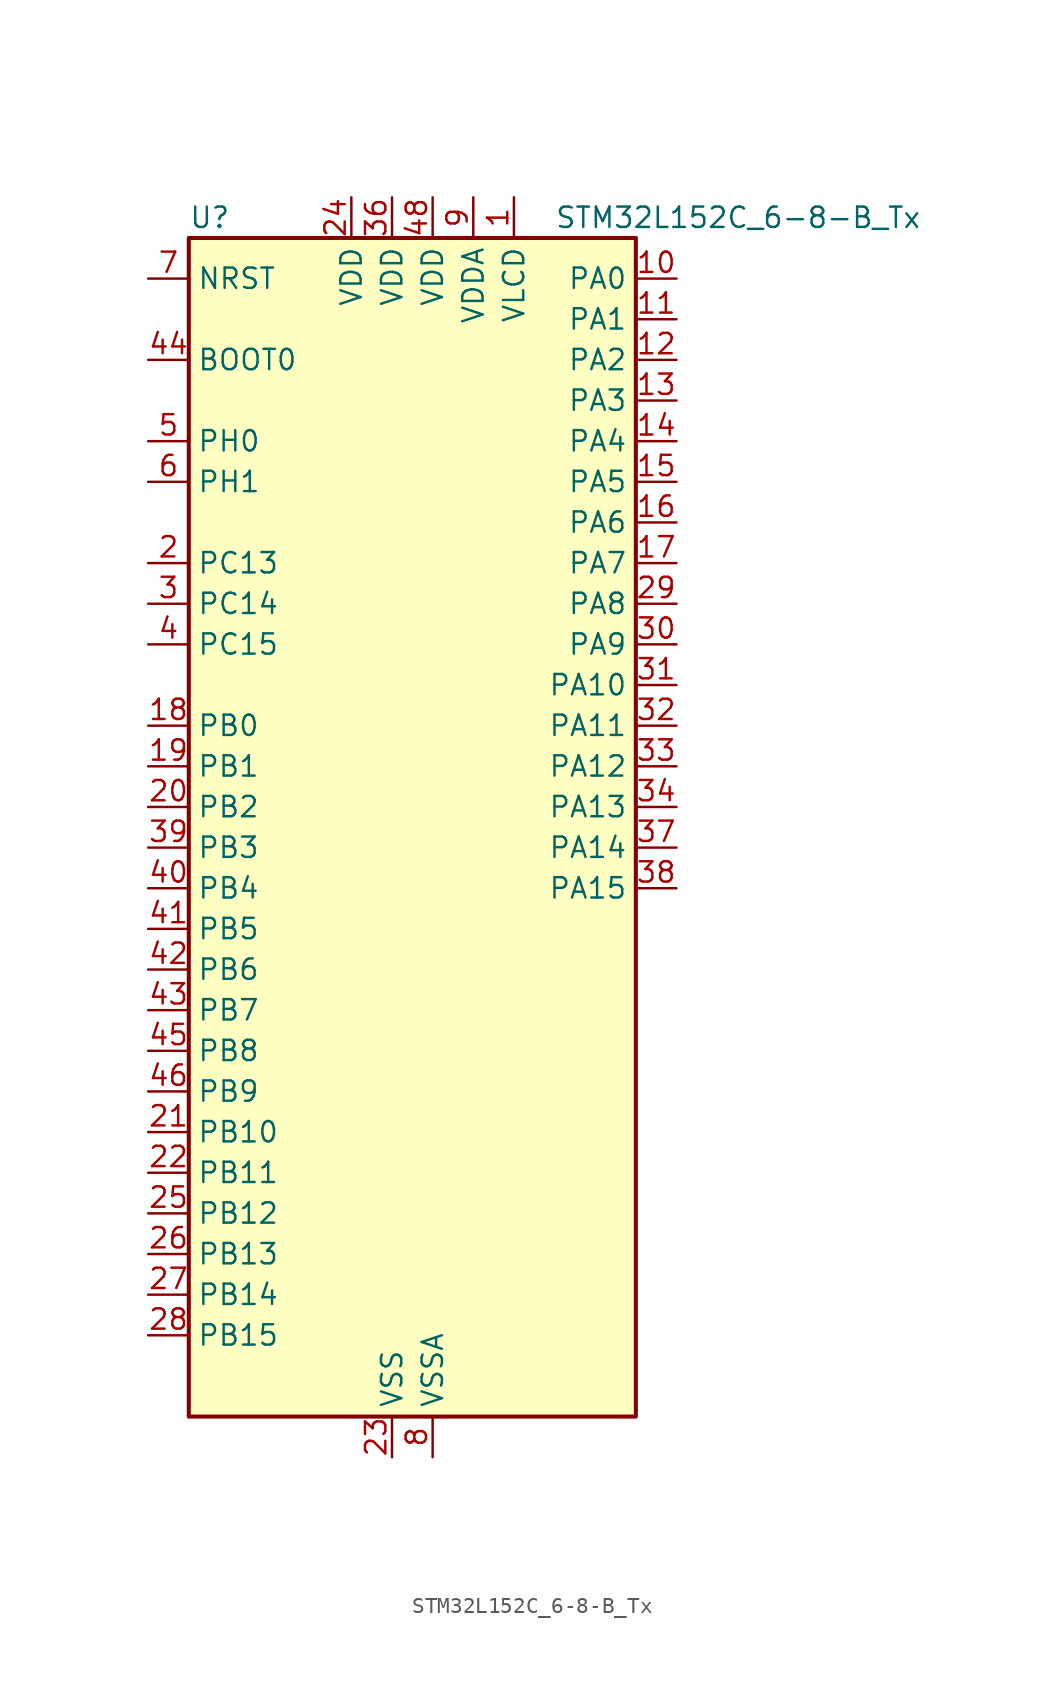
<source format=kicad_sym>
(kicad_symbol_lib
  (version 20220914)
  (generator kicad_symbol_editor)
  (symbol "STM32L152C_6-8-B_Tx"
    (property "Reference" "U"
      (at -12.7 39.37 0)
      (effects (font (size 1.27 1.27)) (justify left)))
    (property "Value" "STM32L152C_6-8-B_Tx"
      (at 10.16 39.37 0)
      (effects (font (size 1.27 1.27)) (justify left)))
    (property "ki_locked" ""
      (at 0 0 0)
      (effects (font (size 1.27 1.27))))
    (symbol "STM32L152C_6-8-B_Tx_0_1"
      (rectangle (start -12.7 -35.56) (end 15.24 38.1) (stroke (width 0.254) (type default)) (fill (type background))))
    (symbol "STM32L152C_6-8-B_Tx_1_1"
      (pin power_in line (at 7.62 40.64 270) (length 2.54) (name "VLCD" (effects (font (size 1.27 1.27)))) (number "1" (effects (font (size 1.27 1.27)))))
      (pin bidirectional line (at 17.78 35.56 180) (length 2.54) (name "PA0" (effects (font (size 1.27 1.27)))) (number "10" (effects (font (size 1.27 1.27)))) (alternate "ADC_IN0" bidirectional line) (alternate "COMP1_INP" bidirectional line) (alternate "SYS_WKUP1" bidirectional line) (alternate "TIM2_CH1" bidirectional line) (alternate "TIM2_ETR" bidirectional line) (alternate "TIMX_IC1" bidirectional line) (alternate "TS_G1_IO1" bidirectional line) (alternate "USART2_CTS" bidirectional line))
      (pin bidirectional line (at 17.78 33.02 180) (length 2.54) (name "PA1" (effects (font (size 1.27 1.27)))) (number "11" (effects (font (size 1.27 1.27)))) (alternate "ADC_IN1" bidirectional line) (alternate "COMP1_INP" bidirectional line) (alternate "LCD_SEG0" bidirectional line) (alternate "TIM2_CH2" bidirectional line) (alternate "TIMX_IC2" bidirectional line) (alternate "TS_G1_IO2" bidirectional line) (alternate "USART2_RTS" bidirectional line))
      (pin bidirectional line (at 17.78 30.48 180) (length 2.54) (name "PA2" (effects (font (size 1.27 1.27)))) (number "12" (effects (font (size 1.27 1.27)))) (alternate "ADC_IN2" bidirectional line) (alternate "COMP1_INP" bidirectional line) (alternate "LCD_SEG1" bidirectional line) (alternate "TIM2_CH3" bidirectional line) (alternate "TIM9_CH1" bidirectional line) (alternate "TIMX_IC3" bidirectional line) (alternate "TS_G1_IO3" bidirectional line) (alternate "USART2_TX" bidirectional line))
      (pin bidirectional line (at 17.78 27.94 180) (length 2.54) (name "PA3" (effects (font (size 1.27 1.27)))) (number "13" (effects (font (size 1.27 1.27)))) (alternate "ADC_IN3" bidirectional line) (alternate "COMP1_INP" bidirectional line) (alternate "LCD_SEG2" bidirectional line) (alternate "TIM2_CH4" bidirectional line) (alternate "TIM9_CH2" bidirectional line) (alternate "TIMX_IC4" bidirectional line) (alternate "TS_G1_IO4" bidirectional line) (alternate "USART2_RX" bidirectional line))
      (pin bidirectional line (at 17.78 25.4 180) (length 2.54) (name "PA4" (effects (font (size 1.27 1.27)))) (number "14" (effects (font (size 1.27 1.27)))) (alternate "ADC_IN4" bidirectional line) (alternate "COMP1_INP" bidirectional line) (alternate "DAC_OUT1" bidirectional line) (alternate "SPI1_NSS" bidirectional line) (alternate "TIMX_IC1" bidirectional line) (alternate "USART2_CK" bidirectional line))
      (pin bidirectional line (at 17.78 22.86 180) (length 2.54) (name "PA5" (effects (font (size 1.27 1.27)))) (number "15" (effects (font (size 1.27 1.27)))) (alternate "ADC_IN5" bidirectional line) (alternate "COMP1_INP" bidirectional line) (alternate "DAC_OUT2" bidirectional line) (alternate "SPI1_SCK" bidirectional line) (alternate "TIM2_CH1" bidirectional line) (alternate "TIM2_ETR" bidirectional line) (alternate "TIMX_IC2" bidirectional line))
      (pin bidirectional line (at 17.78 20.32 180) (length 2.54) (name "PA6" (effects (font (size 1.27 1.27)))) (number "16" (effects (font (size 1.27 1.27)))) (alternate "ADC_IN6" bidirectional line) (alternate "COMP1_INP" bidirectional line) (alternate "LCD_SEG3" bidirectional line) (alternate "SPI1_MISO" bidirectional line) (alternate "TIM10_CH1" bidirectional line) (alternate "TIM3_CH1" bidirectional line) (alternate "TIMX_IC3" bidirectional line) (alternate "TS_G2_IO1" bidirectional line))
      (pin bidirectional line (at 17.78 17.78 180) (length 2.54) (name "PA7" (effects (font (size 1.27 1.27)))) (number "17" (effects (font (size 1.27 1.27)))) (alternate "ADC_IN7" bidirectional line) (alternate "COMP1_INP" bidirectional line) (alternate "LCD_SEG4" bidirectional line) (alternate "SPI1_MOSI" bidirectional line) (alternate "TIM11_CH1" bidirectional line) (alternate "TIM3_CH2" bidirectional line) (alternate "TIMX_IC4" bidirectional line) (alternate "TS_G2_IO2" bidirectional line))
      (pin bidirectional line (at -15.24 7.62 0) (length 2.54) (name "PB0" (effects (font (size 1.27 1.27)))) (number "18" (effects (font (size 1.27 1.27)))) (alternate "ADC_IN8" bidirectional line) (alternate "COMP1_INP" bidirectional line) (alternate "LCD_SEG5" bidirectional line) (alternate "SYS_V_REF_OUT" bidirectional line) (alternate "TIM3_CH3" bidirectional line) (alternate "TS_G3_IO1" bidirectional line))
      (pin bidirectional line (at -15.24 5.08 0) (length 2.54) (name "PB1" (effects (font (size 1.27 1.27)))) (number "19" (effects (font (size 1.27 1.27)))) (alternate "ADC_IN9" bidirectional line) (alternate "COMP1_INP" bidirectional line) (alternate "LCD_SEG6" bidirectional line) (alternate "SYS_V_REF_OUT" bidirectional line) (alternate "TIM3_CH4" bidirectional line) (alternate "TS_G3_IO2" bidirectional line))
      (pin bidirectional line (at -15.24 17.78 0) (length 2.54) (name "PC13" (effects (font (size 1.27 1.27)))) (number "2" (effects (font (size 1.27 1.27)))) (alternate "RTC_OUT_ALARM" bidirectional line) (alternate "RTC_OUT_CALIB" bidirectional line) (alternate "RTC_TAMP1" bidirectional line) (alternate "RTC_TS" bidirectional line) (alternate "SYS_WKUP2" bidirectional line) (alternate "TIMX_IC2" bidirectional line))
      (pin bidirectional line (at -15.24 2.54 0) (length 2.54) (name "PB2" (effects (font (size 1.27 1.27)))) (number "20" (effects (font (size 1.27 1.27)))))
      (pin bidirectional line (at -15.24 -17.78 0) (length 2.54) (name "PB10" (effects (font (size 1.27 1.27)))) (number "21" (effects (font (size 1.27 1.27)))) (alternate "I2C2_SCL" bidirectional line) (alternate "LCD_SEG10" bidirectional line) (alternate "TIM2_CH3" bidirectional line) (alternate "USART3_TX" bidirectional line))
      (pin bidirectional line (at -15.24 -20.32 0) (length 2.54) (name "PB11" (effects (font (size 1.27 1.27)))) (number "22" (effects (font (size 1.27 1.27)))) (alternate "ADC_EXTI11" bidirectional line) (alternate "I2C2_SDA" bidirectional line) (alternate "LCD_SEG11" bidirectional line) (alternate "TIM2_CH4" bidirectional line) (alternate "USART3_RX" bidirectional line))
      (pin power_in line (at 0 -38.1 90) (length 2.54) (name "VSS" (effects (font (size 1.27 1.27)))) (number "23" (effects (font (size 1.27 1.27)))))
      (pin power_in line (at -2.54 40.64 270) (length 2.54) (name "VDD" (effects (font (size 1.27 1.27)))) (number "24" (effects (font (size 1.27 1.27)))))
      (pin bidirectional line (at -15.24 -22.86 0) (length 2.54) (name "PB12" (effects (font (size 1.27 1.27)))) (number "25" (effects (font (size 1.27 1.27)))) (alternate "ADC_IN18" bidirectional line) (alternate "COMP1_INP" bidirectional line) (alternate "I2C2_SMBA" bidirectional line) (alternate "LCD_SEG12" bidirectional line) (alternate "SPI2_NSS" bidirectional line) (alternate "TIM10_CH1" bidirectional line) (alternate "TS_G7_IO1" bidirectional line) (alternate "USART3_CK" bidirectional line))
      (pin bidirectional line (at -15.24 -25.4 0) (length 2.54) (name "PB13" (effects (font (size 1.27 1.27)))) (number "26" (effects (font (size 1.27 1.27)))) (alternate "ADC_IN19" bidirectional line) (alternate "COMP1_INP" bidirectional line) (alternate "LCD_SEG13" bidirectional line) (alternate "SPI2_SCK" bidirectional line) (alternate "TIM9_CH1" bidirectional line) (alternate "TS_G7_IO2" bidirectional line) (alternate "USART3_CTS" bidirectional line))
      (pin bidirectional line (at -15.24 -27.94 0) (length 2.54) (name "PB14" (effects (font (size 1.27 1.27)))) (number "27" (effects (font (size 1.27 1.27)))) (alternate "ADC_IN20" bidirectional line) (alternate "COMP1_INP" bidirectional line) (alternate "LCD_SEG14" bidirectional line) (alternate "SPI2_MISO" bidirectional line) (alternate "TIM9_CH2" bidirectional line) (alternate "TS_G7_IO3" bidirectional line) (alternate "USART3_RTS" bidirectional line))
      (pin bidirectional line (at -15.24 -30.48 0) (length 2.54) (name "PB15" (effects (font (size 1.27 1.27)))) (number "28" (effects (font (size 1.27 1.27)))) (alternate "ADC_EXTI15" bidirectional line) (alternate "ADC_IN21" bidirectional line) (alternate "COMP1_INP" bidirectional line) (alternate "LCD_SEG15" bidirectional line) (alternate "RTC_REFIN" bidirectional line) (alternate "SPI2_MOSI" bidirectional line) (alternate "TIM11_CH1" bidirectional line) (alternate "TS_G7_IO4" bidirectional line))
      (pin bidirectional line (at 17.78 15.24 180) (length 2.54) (name "PA8" (effects (font (size 1.27 1.27)))) (number "29" (effects (font (size 1.27 1.27)))) (alternate "LCD_COM0" bidirectional line) (alternate "RCC_MCO" bidirectional line) (alternate "TIMX_IC1" bidirectional line) (alternate "TS_G4_IO1" bidirectional line) (alternate "USART1_CK" bidirectional line))
      (pin bidirectional line (at -15.24 15.24 0) (length 2.54) (name "PC14" (effects (font (size 1.27 1.27)))) (number "3" (effects (font (size 1.27 1.27)))) (alternate "RCC_OSC32_IN" bidirectional line) (alternate "TIMX_IC3" bidirectional line))
      (pin bidirectional line (at 17.78 12.7 180) (length 2.54) (name "PA9" (effects (font (size 1.27 1.27)))) (number "30" (effects (font (size 1.27 1.27)))) (alternate "DAC_EXTI9" bidirectional line) (alternate "LCD_COM1" bidirectional line) (alternate "TIMX_IC2" bidirectional line) (alternate "TS_G4_IO2" bidirectional line) (alternate "USART1_TX" bidirectional line))
      (pin bidirectional line (at 17.78 10.16 180) (length 2.54) (name "PA10" (effects (font (size 1.27 1.27)))) (number "31" (effects (font (size 1.27 1.27)))) (alternate "LCD_COM2" bidirectional line) (alternate "TIMX_IC3" bidirectional line) (alternate "TS_G4_IO3" bidirectional line) (alternate "USART1_RX" bidirectional line))
      (pin bidirectional line (at 17.78 7.62 180) (length 2.54) (name "PA11" (effects (font (size 1.27 1.27)))) (number "32" (effects (font (size 1.27 1.27)))) (alternate "ADC_EXTI11" bidirectional line) (alternate "SPI1_MISO" bidirectional line) (alternate "TIMX_IC4" bidirectional line) (alternate "USART1_CTS" bidirectional line) (alternate "USB_DM" bidirectional line))
      (pin bidirectional line (at 17.78 5.08 180) (length 2.54) (name "PA12" (effects (font (size 1.27 1.27)))) (number "33" (effects (font (size 1.27 1.27)))) (alternate "SPI1_MOSI" bidirectional line) (alternate "TIMX_IC1" bidirectional line) (alternate "USART1_RTS" bidirectional line) (alternate "USB_DP" bidirectional line))
      (pin bidirectional line (at 17.78 2.54 180) (length 2.54) (name "PA13" (effects (font (size 1.27 1.27)))) (number "34" (effects (font (size 1.27 1.27)))) (alternate "SYS_JTMS-SWDIO" bidirectional line) (alternate "TIMX_IC2" bidirectional line) (alternate "TS_G5_IO1" bidirectional line))
      (pin passive line (at 0 -38.1 90) (length 2.54) hide (name "VSS" (effects (font (size 1.27 1.27)))) (number "35" (effects (font (size 1.27 1.27)))))
      (pin power_in line (at 0 40.64 270) (length 2.54) (name "VDD" (effects (font (size 1.27 1.27)))) (number "36" (effects (font (size 1.27 1.27)))))
      (pin bidirectional line (at 17.78 0 180) (length 2.54) (name "PA14" (effects (font (size 1.27 1.27)))) (number "37" (effects (font (size 1.27 1.27)))) (alternate "SYS_JTCK-SWCLK" bidirectional line) (alternate "TIMX_IC3" bidirectional line) (alternate "TS_G5_IO2" bidirectional line))
      (pin bidirectional line (at 17.78 -2.54 180) (length 2.54) (name "PA15" (effects (font (size 1.27 1.27)))) (number "38" (effects (font (size 1.27 1.27)))) (alternate "ADC_EXTI15" bidirectional line) (alternate "LCD_SEG17" bidirectional line) (alternate "SPI1_NSS" bidirectional line) (alternate "SYS_JTDI" bidirectional line) (alternate "TIM2_CH1" bidirectional line) (alternate "TIM2_ETR" bidirectional line) (alternate "TIMX_IC4" bidirectional line) (alternate "TS_G5_IO3" bidirectional line))
      (pin bidirectional line (at -15.24 0 0) (length 2.54) (name "PB3" (effects (font (size 1.27 1.27)))) (number "39" (effects (font (size 1.27 1.27)))) (alternate "COMP2_INM" bidirectional line) (alternate "LCD_SEG7" bidirectional line) (alternate "SPI1_SCK" bidirectional line) (alternate "SYS_JTDO-TRACESWO" bidirectional line) (alternate "TIM2_CH2" bidirectional line))
      (pin bidirectional line (at -15.24 12.7 0) (length 2.54) (name "PC15" (effects (font (size 1.27 1.27)))) (number "4" (effects (font (size 1.27 1.27)))) (alternate "ADC_EXTI15" bidirectional line) (alternate "RCC_OSC32_OUT" bidirectional line) (alternate "TIMX_IC4" bidirectional line))
      (pin bidirectional line (at -15.24 -2.54 0) (length 2.54) (name "PB4" (effects (font (size 1.27 1.27)))) (number "40" (effects (font (size 1.27 1.27)))) (alternate "COMP2_INP" bidirectional line) (alternate "LCD_SEG8" bidirectional line) (alternate "SPI1_MISO" bidirectional line) (alternate "SYS_JTRST" bidirectional line) (alternate "TIM3_CH1" bidirectional line) (alternate "TS_G6_IO1" bidirectional line))
      (pin bidirectional line (at -15.24 -5.08 0) (length 2.54) (name "PB5" (effects (font (size 1.27 1.27)))) (number "41" (effects (font (size 1.27 1.27)))) (alternate "COMP2_INP" bidirectional line) (alternate "I2C1_SMBA" bidirectional line) (alternate "LCD_SEG9" bidirectional line) (alternate "SPI1_MOSI" bidirectional line) (alternate "TIM3_CH2" bidirectional line) (alternate "TS_G6_IO2" bidirectional line))
      (pin bidirectional line (at -15.24 -7.62 0) (length 2.54) (name "PB6" (effects (font (size 1.27 1.27)))) (number "42" (effects (font (size 1.27 1.27)))) (alternate "I2C1_SCL" bidirectional line) (alternate "TIM4_CH1" bidirectional line) (alternate "USART1_TX" bidirectional line))
      (pin bidirectional line (at -15.24 -10.16 0) (length 2.54) (name "PB7" (effects (font (size 1.27 1.27)))) (number "43" (effects (font (size 1.27 1.27)))) (alternate "I2C1_SDA" bidirectional line) (alternate "SYS_PVD_IN" bidirectional line) (alternate "TIM4_CH2" bidirectional line) (alternate "USART1_RX" bidirectional line))
      (pin input line (at -15.24 30.48 0) (length 2.54) (name "BOOT0" (effects (font (size 1.27 1.27)))) (number "44" (effects (font (size 1.27 1.27)))))
      (pin bidirectional line (at -15.24 -12.7 0) (length 2.54) (name "PB8" (effects (font (size 1.27 1.27)))) (number "45" (effects (font (size 1.27 1.27)))) (alternate "I2C1_SCL" bidirectional line) (alternate "LCD_SEG16" bidirectional line) (alternate "TIM10_CH1" bidirectional line) (alternate "TIM4_CH3" bidirectional line))
      (pin bidirectional line (at -15.24 -15.24 0) (length 2.54) (name "PB9" (effects (font (size 1.27 1.27)))) (number "46" (effects (font (size 1.27 1.27)))) (alternate "DAC_EXTI9" bidirectional line) (alternate "I2C1_SDA" bidirectional line) (alternate "LCD_COM3" bidirectional line) (alternate "TIM11_CH1" bidirectional line) (alternate "TIM4_CH4" bidirectional line))
      (pin passive line (at 0 -38.1 90) (length 2.54) hide (name "VSS" (effects (font (size 1.27 1.27)))) (number "47" (effects (font (size 1.27 1.27)))))
      (pin power_in line (at 2.54 40.64 270) (length 2.54) (name "VDD" (effects (font (size 1.27 1.27)))) (number "48" (effects (font (size 1.27 1.27)))))
      (pin bidirectional line (at -15.24 25.4 0) (length 2.54) (name "PH0" (effects (font (size 1.27 1.27)))) (number "5" (effects (font (size 1.27 1.27)))) (alternate "RCC_OSC_IN" bidirectional line))
      (pin bidirectional line (at -15.24 22.86 0) (length 2.54) (name "PH1" (effects (font (size 1.27 1.27)))) (number "6" (effects (font (size 1.27 1.27)))) (alternate "RCC_OSC_OUT" bidirectional line))
      (pin input line (at -15.24 35.56 0) (length 2.54) (name "NRST" (effects (font (size 1.27 1.27)))) (number "7" (effects (font (size 1.27 1.27)))))
      (pin power_in line (at 2.54 -38.1 90) (length 2.54) (name "VSSA" (effects (font (size 1.27 1.27)))) (number "8" (effects (font (size 1.27 1.27)))))
      (pin power_in line (at 5.08 40.64 270) (length 2.54) (name "VDDA" (effects (font (size 1.27 1.27)))) (number "9" (effects (font (size 1.27 1.27))))))))
</source>
